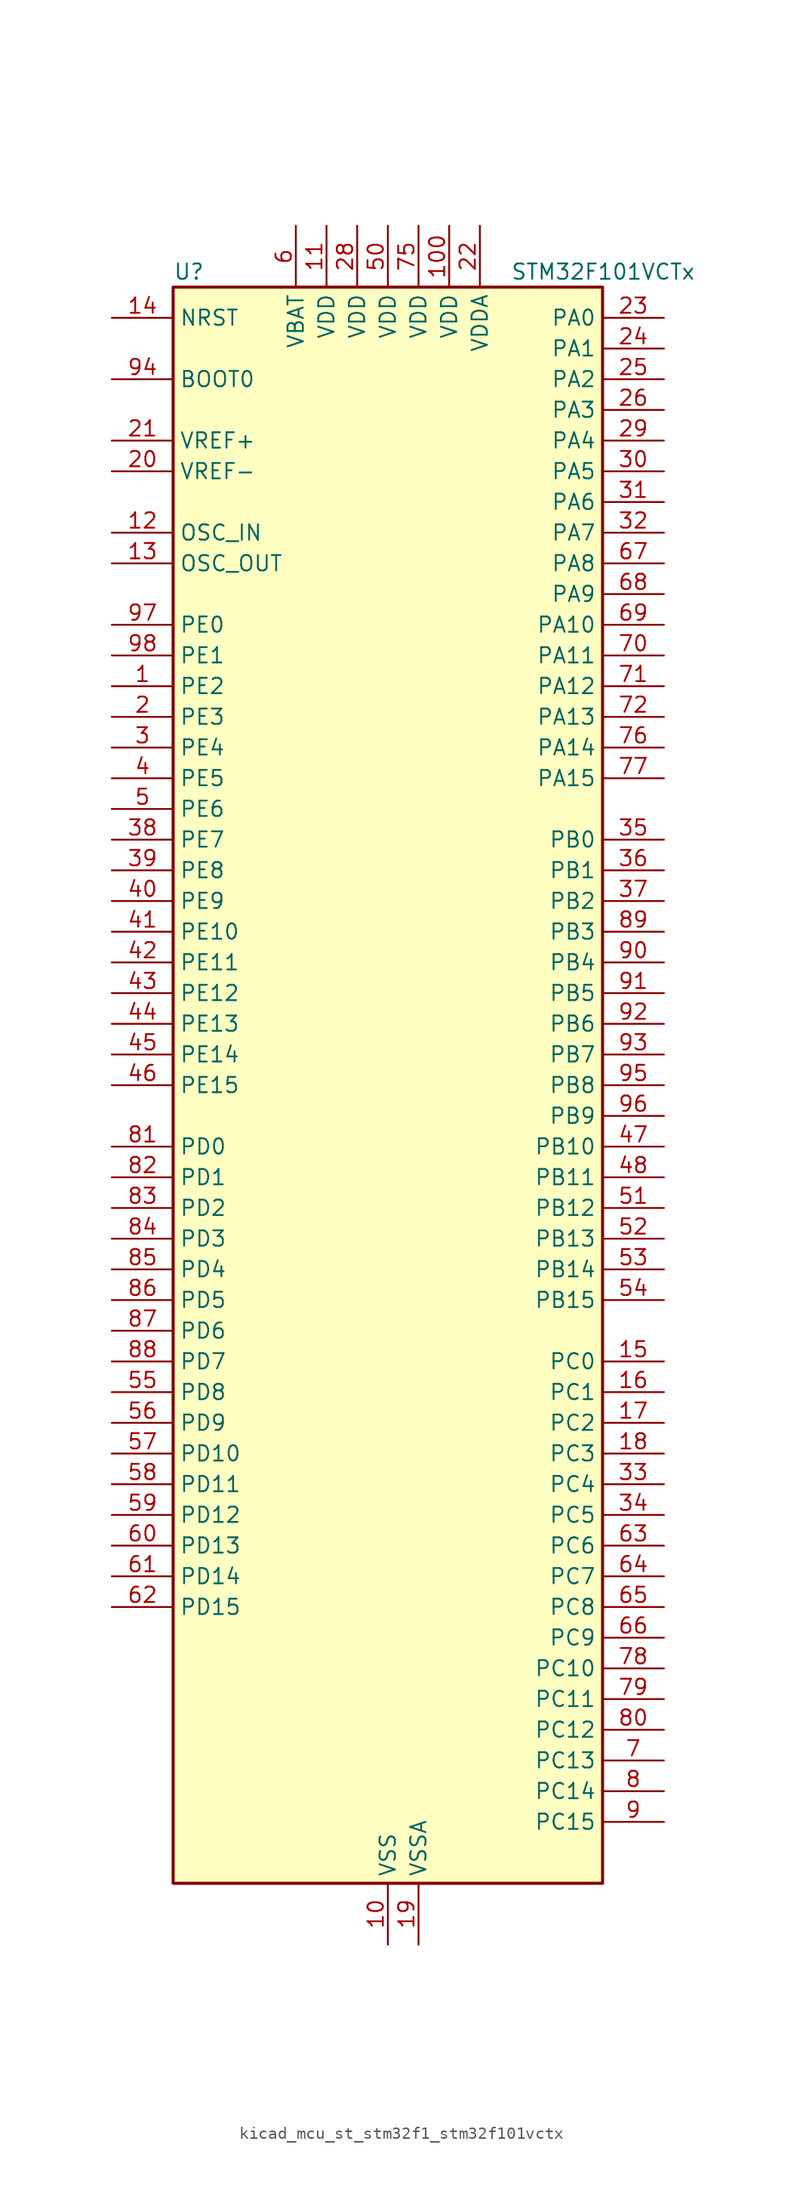
<source format=kicad_sym>
(kicad_symbol_lib
  (version 20220914)
  (generator kicad_symbol_editor)
  (symbol "kicad_mcu_st_stm32f1_stm32f101vctx"
    (property "Reference" "U"
      (at -17.78 67.31 0)
      (effects (font (size 1.27 1.27)) (justify left)))
    (property "Value" "STM32F101VCTx"
      (at 10.16 67.31 0)
      (effects (font (size 1.27 1.27)) (justify left)))
    (property "ki_locked" ""
      (at 0 0 0)
      (effects (font (size 1.27 1.27))))
    (symbol "kicad_mcu_st_stm32f1_stm32f101vctx_0_1"
      (rectangle (start -17.78 -66.04) (end 17.78 66.04) (stroke (width 0.254) (type default)) (fill (type background))))
    (symbol "kicad_mcu_st_stm32f1_stm32f101vctx_1_1"
      (pin bidirectional line (at -22.86 33.02 0) (length 5.08) (name "PE2" (effects (font (size 1.27 1.27)))) (number "1" (effects (font (size 1.27 1.27)))) (alternate "FSMC_A23" bidirectional line) (alternate "SYS_TRACECLK" bidirectional line))
      (pin power_in line (at 0 -71.12 90) (length 5.08) (name "VSS" (effects (font (size 1.27 1.27)))) (number "10" (effects (font (size 1.27 1.27)))))
      (pin power_in line (at 5.08 71.12 270) (length 5.08) (name "VDD" (effects (font (size 1.27 1.27)))) (number "100" (effects (font (size 1.27 1.27)))))
      (pin power_in line (at -5.08 71.12 270) (length 5.08) (name "VDD" (effects (font (size 1.27 1.27)))) (number "11" (effects (font (size 1.27 1.27)))))
      (pin input line (at -22.86 45.72 0) (length 5.08) (name "OSC_IN" (effects (font (size 1.27 1.27)))) (number "12" (effects (font (size 1.27 1.27)))) (alternate "RCC_OSC_IN" bidirectional line))
      (pin input line (at -22.86 43.18 0) (length 5.08) (name "OSC_OUT" (effects (font (size 1.27 1.27)))) (number "13" (effects (font (size 1.27 1.27)))) (alternate "RCC_OSC_OUT" bidirectional line))
      (pin input line (at -22.86 63.5 0) (length 5.08) (name "NRST" (effects (font (size 1.27 1.27)))) (number "14" (effects (font (size 1.27 1.27)))))
      (pin bidirectional line (at 22.86 -22.86 180) (length 5.08) (name "PC0" (effects (font (size 1.27 1.27)))) (number "15" (effects (font (size 1.27 1.27)))) (alternate "ADC1_IN10" bidirectional line))
      (pin bidirectional line (at 22.86 -25.4 180) (length 5.08) (name "PC1" (effects (font (size 1.27 1.27)))) (number "16" (effects (font (size 1.27 1.27)))) (alternate "ADC1_IN11" bidirectional line))
      (pin bidirectional line (at 22.86 -27.94 180) (length 5.08) (name "PC2" (effects (font (size 1.27 1.27)))) (number "17" (effects (font (size 1.27 1.27)))) (alternate "ADC1_IN12" bidirectional line))
      (pin bidirectional line (at 22.86 -30.48 180) (length 5.08) (name "PC3" (effects (font (size 1.27 1.27)))) (number "18" (effects (font (size 1.27 1.27)))) (alternate "ADC1_IN13" bidirectional line))
      (pin power_in line (at 2.54 -71.12 90) (length 5.08) (name "VSSA" (effects (font (size 1.27 1.27)))) (number "19" (effects (font (size 1.27 1.27)))))
      (pin bidirectional line (at -22.86 30.48 0) (length 5.08) (name "PE3" (effects (font (size 1.27 1.27)))) (number "2" (effects (font (size 1.27 1.27)))) (alternate "FSMC_A19" bidirectional line) (alternate "SYS_TRACED0" bidirectional line))
      (pin input line (at -22.86 50.8 0) (length 5.08) (name "VREF-" (effects (font (size 1.27 1.27)))) (number "20" (effects (font (size 1.27 1.27)))))
      (pin input line (at -22.86 53.34 0) (length 5.08) (name "VREF+" (effects (font (size 1.27 1.27)))) (number "21" (effects (font (size 1.27 1.27)))))
      (pin power_in line (at 7.62 71.12 270) (length 5.08) (name "VDDA" (effects (font (size 1.27 1.27)))) (number "22" (effects (font (size 1.27 1.27)))))
      (pin bidirectional line (at 22.86 63.5 180) (length 5.08) (name "PA0" (effects (font (size 1.27 1.27)))) (number "23" (effects (font (size 1.27 1.27)))) (alternate "ADC1_IN0" bidirectional line) (alternate "SYS_WKUP" bidirectional line) (alternate "TIM2_CH1" bidirectional line) (alternate "TIM2_ETR" bidirectional line) (alternate "TIM5_CH1" bidirectional line) (alternate "USART2_CTS" bidirectional line))
      (pin bidirectional line (at 22.86 60.96 180) (length 5.08) (name "PA1" (effects (font (size 1.27 1.27)))) (number "24" (effects (font (size 1.27 1.27)))) (alternate "ADC1_IN1" bidirectional line) (alternate "TIM2_CH2" bidirectional line) (alternate "TIM5_CH2" bidirectional line) (alternate "USART2_RTS" bidirectional line))
      (pin bidirectional line (at 22.86 58.42 180) (length 5.08) (name "PA2" (effects (font (size 1.27 1.27)))) (number "25" (effects (font (size 1.27 1.27)))) (alternate "ADC1_IN2" bidirectional line) (alternate "TIM2_CH3" bidirectional line) (alternate "TIM5_CH3" bidirectional line) (alternate "USART2_TX" bidirectional line))
      (pin bidirectional line (at 22.86 55.88 180) (length 5.08) (name "PA3" (effects (font (size 1.27 1.27)))) (number "26" (effects (font (size 1.27 1.27)))) (alternate "ADC1_IN3" bidirectional line) (alternate "TIM2_CH4" bidirectional line) (alternate "TIM5_CH4" bidirectional line) (alternate "USART2_RX" bidirectional line))
      (pin passive line (at 0 -71.12 90) (length 5.08) hide (name "VSS" (effects (font (size 1.27 1.27)))) (number "27" (effects (font (size 1.27 1.27)))))
      (pin power_in line (at -2.54 71.12 270) (length 5.08) (name "VDD" (effects (font (size 1.27 1.27)))) (number "28" (effects (font (size 1.27 1.27)))))
      (pin bidirectional line (at 22.86 53.34 180) (length 5.08) (name "PA4" (effects (font (size 1.27 1.27)))) (number "29" (effects (font (size 1.27 1.27)))) (alternate "ADC1_IN4" bidirectional line) (alternate "DAC_OUT1" bidirectional line) (alternate "SPI1_NSS" bidirectional line) (alternate "USART2_CK" bidirectional line))
      (pin bidirectional line (at -22.86 27.94 0) (length 5.08) (name "PE4" (effects (font (size 1.27 1.27)))) (number "3" (effects (font (size 1.27 1.27)))) (alternate "FSMC_A20" bidirectional line) (alternate "SYS_TRACED1" bidirectional line))
      (pin bidirectional line (at 22.86 50.8 180) (length 5.08) (name "PA5" (effects (font (size 1.27 1.27)))) (number "30" (effects (font (size 1.27 1.27)))) (alternate "ADC1_IN5" bidirectional line) (alternate "DAC_OUT2" bidirectional line) (alternate "SPI1_SCK" bidirectional line))
      (pin bidirectional line (at 22.86 48.26 180) (length 5.08) (name "PA6" (effects (font (size 1.27 1.27)))) (number "31" (effects (font (size 1.27 1.27)))) (alternate "ADC1_IN6" bidirectional line) (alternate "SPI1_MISO" bidirectional line) (alternate "TIM3_CH1" bidirectional line))
      (pin bidirectional line (at 22.86 45.72 180) (length 5.08) (name "PA7" (effects (font (size 1.27 1.27)))) (number "32" (effects (font (size 1.27 1.27)))) (alternate "ADC1_IN7" bidirectional line) (alternate "SPI1_MOSI" bidirectional line) (alternate "TIM3_CH2" bidirectional line))
      (pin bidirectional line (at 22.86 -33.02 180) (length 5.08) (name "PC4" (effects (font (size 1.27 1.27)))) (number "33" (effects (font (size 1.27 1.27)))) (alternate "ADC1_IN14" bidirectional line))
      (pin bidirectional line (at 22.86 -35.56 180) (length 5.08) (name "PC5" (effects (font (size 1.27 1.27)))) (number "34" (effects (font (size 1.27 1.27)))) (alternate "ADC1_IN15" bidirectional line))
      (pin bidirectional line (at 22.86 20.32 180) (length 5.08) (name "PB0" (effects (font (size 1.27 1.27)))) (number "35" (effects (font (size 1.27 1.27)))) (alternate "ADC1_IN8" bidirectional line) (alternate "TIM3_CH3" bidirectional line))
      (pin bidirectional line (at 22.86 17.78 180) (length 5.08) (name "PB1" (effects (font (size 1.27 1.27)))) (number "36" (effects (font (size 1.27 1.27)))) (alternate "ADC1_IN9" bidirectional line) (alternate "TIM3_CH4" bidirectional line))
      (pin bidirectional line (at 22.86 15.24 180) (length 5.08) (name "PB2" (effects (font (size 1.27 1.27)))) (number "37" (effects (font (size 1.27 1.27)))))
      (pin bidirectional line (at -22.86 20.32 0) (length 5.08) (name "PE7" (effects (font (size 1.27 1.27)))) (number "38" (effects (font (size 1.27 1.27)))) (alternate "FSMC_D4" bidirectional line) (alternate "FSMC_DA4" bidirectional line))
      (pin bidirectional line (at -22.86 17.78 0) (length 5.08) (name "PE8" (effects (font (size 1.27 1.27)))) (number "39" (effects (font (size 1.27 1.27)))) (alternate "FSMC_D5" bidirectional line) (alternate "FSMC_DA5" bidirectional line))
      (pin bidirectional line (at -22.86 25.4 0) (length 5.08) (name "PE5" (effects (font (size 1.27 1.27)))) (number "4" (effects (font (size 1.27 1.27)))) (alternate "FSMC_A21" bidirectional line) (alternate "SYS_TRACED2" bidirectional line))
      (pin bidirectional line (at -22.86 15.24 0) (length 5.08) (name "PE9" (effects (font (size 1.27 1.27)))) (number "40" (effects (font (size 1.27 1.27)))) (alternate "DAC_EXTI9" bidirectional line) (alternate "FSMC_D6" bidirectional line) (alternate "FSMC_DA6" bidirectional line))
      (pin bidirectional line (at -22.86 12.7 0) (length 5.08) (name "PE10" (effects (font (size 1.27 1.27)))) (number "41" (effects (font (size 1.27 1.27)))) (alternate "FSMC_D7" bidirectional line) (alternate "FSMC_DA7" bidirectional line))
      (pin bidirectional line (at -22.86 10.16 0) (length 5.08) (name "PE11" (effects (font (size 1.27 1.27)))) (number "42" (effects (font (size 1.27 1.27)))) (alternate "ADC1_EXTI11" bidirectional line) (alternate "FSMC_D8" bidirectional line) (alternate "FSMC_DA8" bidirectional line))
      (pin bidirectional line (at -22.86 7.62 0) (length 5.08) (name "PE12" (effects (font (size 1.27 1.27)))) (number "43" (effects (font (size 1.27 1.27)))) (alternate "FSMC_D9" bidirectional line) (alternate "FSMC_DA9" bidirectional line))
      (pin bidirectional line (at -22.86 5.08 0) (length 5.08) (name "PE13" (effects (font (size 1.27 1.27)))) (number "44" (effects (font (size 1.27 1.27)))) (alternate "FSMC_D10" bidirectional line) (alternate "FSMC_DA10" bidirectional line))
      (pin bidirectional line (at -22.86 2.54 0) (length 5.08) (name "PE14" (effects (font (size 1.27 1.27)))) (number "45" (effects (font (size 1.27 1.27)))) (alternate "FSMC_D11" bidirectional line) (alternate "FSMC_DA11" bidirectional line))
      (pin bidirectional line (at -22.86 0 0) (length 5.08) (name "PE15" (effects (font (size 1.27 1.27)))) (number "46" (effects (font (size 1.27 1.27)))) (alternate "ADC1_EXTI15" bidirectional line) (alternate "FSMC_D12" bidirectional line) (alternate "FSMC_DA12" bidirectional line))
      (pin bidirectional line (at 22.86 -5.08 180) (length 5.08) (name "PB10" (effects (font (size 1.27 1.27)))) (number "47" (effects (font (size 1.27 1.27)))) (alternate "I2C2_SCL" bidirectional line) (alternate "TIM2_CH3" bidirectional line) (alternate "USART3_TX" bidirectional line))
      (pin bidirectional line (at 22.86 -7.62 180) (length 5.08) (name "PB11" (effects (font (size 1.27 1.27)))) (number "48" (effects (font (size 1.27 1.27)))) (alternate "ADC1_EXTI11" bidirectional line) (alternate "I2C2_SDA" bidirectional line) (alternate "TIM2_CH4" bidirectional line) (alternate "USART3_RX" bidirectional line))
      (pin passive line (at 0 -71.12 90) (length 5.08) hide (name "VSS" (effects (font (size 1.27 1.27)))) (number "49" (effects (font (size 1.27 1.27)))))
      (pin bidirectional line (at -22.86 22.86 0) (length 5.08) (name "PE6" (effects (font (size 1.27 1.27)))) (number "5" (effects (font (size 1.27 1.27)))) (alternate "FSMC_A22" bidirectional line) (alternate "SYS_TRACED3" bidirectional line))
      (pin power_in line (at 0 71.12 270) (length 5.08) (name "VDD" (effects (font (size 1.27 1.27)))) (number "50" (effects (font (size 1.27 1.27)))))
      (pin bidirectional line (at 22.86 -10.16 180) (length 5.08) (name "PB12" (effects (font (size 1.27 1.27)))) (number "51" (effects (font (size 1.27 1.27)))) (alternate "I2C2_SMBA" bidirectional line) (alternate "SPI2_NSS" bidirectional line) (alternate "USART3_CK" bidirectional line))
      (pin bidirectional line (at 22.86 -12.7 180) (length 5.08) (name "PB13" (effects (font (size 1.27 1.27)))) (number "52" (effects (font (size 1.27 1.27)))) (alternate "SPI2_SCK" bidirectional line) (alternate "USART3_CTS" bidirectional line))
      (pin bidirectional line (at 22.86 -15.24 180) (length 5.08) (name "PB14" (effects (font (size 1.27 1.27)))) (number "53" (effects (font (size 1.27 1.27)))) (alternate "SPI2_MISO" bidirectional line) (alternate "USART3_RTS" bidirectional line))
      (pin bidirectional line (at 22.86 -17.78 180) (length 5.08) (name "PB15" (effects (font (size 1.27 1.27)))) (number "54" (effects (font (size 1.27 1.27)))) (alternate "ADC1_EXTI15" bidirectional line) (alternate "SPI2_MOSI" bidirectional line))
      (pin bidirectional line (at -22.86 -25.4 0) (length 5.08) (name "PD8" (effects (font (size 1.27 1.27)))) (number "55" (effects (font (size 1.27 1.27)))) (alternate "FSMC_D13" bidirectional line) (alternate "FSMC_DA13" bidirectional line) (alternate "USART3_TX" bidirectional line))
      (pin bidirectional line (at -22.86 -27.94 0) (length 5.08) (name "PD9" (effects (font (size 1.27 1.27)))) (number "56" (effects (font (size 1.27 1.27)))) (alternate "DAC_EXTI9" bidirectional line) (alternate "FSMC_D14" bidirectional line) (alternate "FSMC_DA14" bidirectional line) (alternate "USART3_RX" bidirectional line))
      (pin bidirectional line (at -22.86 -30.48 0) (length 5.08) (name "PD10" (effects (font (size 1.27 1.27)))) (number "57" (effects (font (size 1.27 1.27)))) (alternate "FSMC_D15" bidirectional line) (alternate "FSMC_DA15" bidirectional line) (alternate "USART3_CK" bidirectional line))
      (pin bidirectional line (at -22.86 -33.02 0) (length 5.08) (name "PD11" (effects (font (size 1.27 1.27)))) (number "58" (effects (font (size 1.27 1.27)))) (alternate "ADC1_EXTI11" bidirectional line) (alternate "FSMC_A16" bidirectional line) (alternate "FSMC_CLE" bidirectional line) (alternate "USART3_CTS" bidirectional line))
      (pin bidirectional line (at -22.86 -35.56 0) (length 5.08) (name "PD12" (effects (font (size 1.27 1.27)))) (number "59" (effects (font (size 1.27 1.27)))) (alternate "FSMC_A17" bidirectional line) (alternate "FSMC_ALE" bidirectional line) (alternate "TIM4_CH1" bidirectional line) (alternate "USART3_RTS" bidirectional line))
      (pin power_in line (at -7.62 71.12 270) (length 5.08) (name "VBAT" (effects (font (size 1.27 1.27)))) (number "6" (effects (font (size 1.27 1.27)))))
      (pin bidirectional line (at -22.86 -38.1 0) (length 5.08) (name "PD13" (effects (font (size 1.27 1.27)))) (number "60" (effects (font (size 1.27 1.27)))) (alternate "FSMC_A18" bidirectional line) (alternate "TIM4_CH2" bidirectional line))
      (pin bidirectional line (at -22.86 -40.64 0) (length 5.08) (name "PD14" (effects (font (size 1.27 1.27)))) (number "61" (effects (font (size 1.27 1.27)))) (alternate "FSMC_D0" bidirectional line) (alternate "FSMC_DA0" bidirectional line) (alternate "TIM4_CH3" bidirectional line))
      (pin bidirectional line (at -22.86 -43.18 0) (length 5.08) (name "PD15" (effects (font (size 1.27 1.27)))) (number "62" (effects (font (size 1.27 1.27)))) (alternate "ADC1_EXTI15" bidirectional line) (alternate "FSMC_D1" bidirectional line) (alternate "FSMC_DA1" bidirectional line) (alternate "TIM4_CH4" bidirectional line))
      (pin bidirectional line (at 22.86 -38.1 180) (length 5.08) (name "PC6" (effects (font (size 1.27 1.27)))) (number "63" (effects (font (size 1.27 1.27)))) (alternate "TIM3_CH1" bidirectional line))
      (pin bidirectional line (at 22.86 -40.64 180) (length 5.08) (name "PC7" (effects (font (size 1.27 1.27)))) (number "64" (effects (font (size 1.27 1.27)))) (alternate "TIM3_CH2" bidirectional line))
      (pin bidirectional line (at 22.86 -43.18 180) (length 5.08) (name "PC8" (effects (font (size 1.27 1.27)))) (number "65" (effects (font (size 1.27 1.27)))) (alternate "TIM3_CH3" bidirectional line))
      (pin bidirectional line (at 22.86 -45.72 180) (length 5.08) (name "PC9" (effects (font (size 1.27 1.27)))) (number "66" (effects (font (size 1.27 1.27)))) (alternate "DAC_EXTI9" bidirectional line) (alternate "TIM3_CH4" bidirectional line))
      (pin bidirectional line (at 22.86 43.18 180) (length 5.08) (name "PA8" (effects (font (size 1.27 1.27)))) (number "67" (effects (font (size 1.27 1.27)))) (alternate "RCC_MCO" bidirectional line) (alternate "USART1_CK" bidirectional line))
      (pin bidirectional line (at 22.86 40.64 180) (length 5.08) (name "PA9" (effects (font (size 1.27 1.27)))) (number "68" (effects (font (size 1.27 1.27)))) (alternate "DAC_EXTI9" bidirectional line) (alternate "USART1_TX" bidirectional line))
      (pin bidirectional line (at 22.86 38.1 180) (length 5.08) (name "PA10" (effects (font (size 1.27 1.27)))) (number "69" (effects (font (size 1.27 1.27)))) (alternate "USART1_RX" bidirectional line))
      (pin bidirectional line (at 22.86 -55.88 180) (length 5.08) (name "PC13" (effects (font (size 1.27 1.27)))) (number "7" (effects (font (size 1.27 1.27)))) (alternate "RTC_OUT" bidirectional line) (alternate "RTC_TAMPER" bidirectional line))
      (pin bidirectional line (at 22.86 35.56 180) (length 5.08) (name "PA11" (effects (font (size 1.27 1.27)))) (number "70" (effects (font (size 1.27 1.27)))) (alternate "ADC1_EXTI11" bidirectional line) (alternate "USART1_CTS" bidirectional line))
      (pin bidirectional line (at 22.86 33.02 180) (length 5.08) (name "PA12" (effects (font (size 1.27 1.27)))) (number "71" (effects (font (size 1.27 1.27)))) (alternate "USART1_RTS" bidirectional line))
      (pin bidirectional line (at 22.86 30.48 180) (length 5.08) (name "PA13" (effects (font (size 1.27 1.27)))) (number "72" (effects (font (size 1.27 1.27)))) (alternate "SYS_JTMS-SWDIO" bidirectional line))
      (pin no_connect line (at -17.78 -66.04 0) (length 5.08) hide (name "NC" (effects (font (size 1.27 1.27)))) (number "73" (effects (font (size 1.27 1.27)))))
      (pin passive line (at 0 -71.12 90) (length 5.08) hide (name "VSS" (effects (font (size 1.27 1.27)))) (number "74" (effects (font (size 1.27 1.27)))))
      (pin power_in line (at 2.54 71.12 270) (length 5.08) (name "VDD" (effects (font (size 1.27 1.27)))) (number "75" (effects (font (size 1.27 1.27)))))
      (pin bidirectional line (at 22.86 27.94 180) (length 5.08) (name "PA14" (effects (font (size 1.27 1.27)))) (number "76" (effects (font (size 1.27 1.27)))) (alternate "SYS_JTCK-SWCLK" bidirectional line))
      (pin bidirectional line (at 22.86 25.4 180) (length 5.08) (name "PA15" (effects (font (size 1.27 1.27)))) (number "77" (effects (font (size 1.27 1.27)))) (alternate "ADC1_EXTI15" bidirectional line) (alternate "SPI1_NSS" bidirectional line) (alternate "SPI3_NSS" bidirectional line) (alternate "SYS_JTDI" bidirectional line) (alternate "TIM2_CH1" bidirectional line) (alternate "TIM2_ETR" bidirectional line))
      (pin bidirectional line (at 22.86 -48.26 180) (length 5.08) (name "PC10" (effects (font (size 1.27 1.27)))) (number "78" (effects (font (size 1.27 1.27)))) (alternate "UART4_TX" bidirectional line) (alternate "USART3_TX" bidirectional line))
      (pin bidirectional line (at 22.86 -50.8 180) (length 5.08) (name "PC11" (effects (font (size 1.27 1.27)))) (number "79" (effects (font (size 1.27 1.27)))) (alternate "ADC1_EXTI11" bidirectional line) (alternate "UART4_RX" bidirectional line) (alternate "USART3_RX" bidirectional line))
      (pin bidirectional line (at 22.86 -58.42 180) (length 5.08) (name "PC14" (effects (font (size 1.27 1.27)))) (number "8" (effects (font (size 1.27 1.27)))) (alternate "RCC_OSC32_IN" bidirectional line))
      (pin bidirectional line (at 22.86 -53.34 180) (length 5.08) (name "PC12" (effects (font (size 1.27 1.27)))) (number "80" (effects (font (size 1.27 1.27)))) (alternate "UART5_TX" bidirectional line) (alternate "USART3_CK" bidirectional line))
      (pin bidirectional line (at -22.86 -5.08 0) (length 5.08) (name "PD0" (effects (font (size 1.27 1.27)))) (number "81" (effects (font (size 1.27 1.27)))) (alternate "FSMC_D2" bidirectional line) (alternate "FSMC_DA2" bidirectional line))
      (pin bidirectional line (at -22.86 -7.62 0) (length 5.08) (name "PD1" (effects (font (size 1.27 1.27)))) (number "82" (effects (font (size 1.27 1.27)))) (alternate "FSMC_D3" bidirectional line) (alternate "FSMC_DA3" bidirectional line))
      (pin bidirectional line (at -22.86 -10.16 0) (length 5.08) (name "PD2" (effects (font (size 1.27 1.27)))) (number "83" (effects (font (size 1.27 1.27)))) (alternate "TIM3_ETR" bidirectional line) (alternate "UART5_RX" bidirectional line))
      (pin bidirectional line (at -22.86 -12.7 0) (length 5.08) (name "PD3" (effects (font (size 1.27 1.27)))) (number "84" (effects (font (size 1.27 1.27)))) (alternate "FSMC_CLK" bidirectional line) (alternate "USART2_CTS" bidirectional line))
      (pin bidirectional line (at -22.86 -15.24 0) (length 5.08) (name "PD4" (effects (font (size 1.27 1.27)))) (number "85" (effects (font (size 1.27 1.27)))) (alternate "FSMC_NOE" bidirectional line) (alternate "USART2_RTS" bidirectional line))
      (pin bidirectional line (at -22.86 -17.78 0) (length 5.08) (name "PD5" (effects (font (size 1.27 1.27)))) (number "86" (effects (font (size 1.27 1.27)))) (alternate "FSMC_NWE" bidirectional line) (alternate "USART2_TX" bidirectional line))
      (pin bidirectional line (at -22.86 -20.32 0) (length 5.08) (name "PD6" (effects (font (size 1.27 1.27)))) (number "87" (effects (font (size 1.27 1.27)))) (alternate "FSMC_NWAIT" bidirectional line) (alternate "USART2_RX" bidirectional line))
      (pin bidirectional line (at -22.86 -22.86 0) (length 5.08) (name "PD7" (effects (font (size 1.27 1.27)))) (number "88" (effects (font (size 1.27 1.27)))) (alternate "FSMC_NCE2" bidirectional line) (alternate "FSMC_NE1" bidirectional line) (alternate "USART2_CK" bidirectional line))
      (pin bidirectional line (at 22.86 12.7 180) (length 5.08) (name "PB3" (effects (font (size 1.27 1.27)))) (number "89" (effects (font (size 1.27 1.27)))) (alternate "SPI1_SCK" bidirectional line) (alternate "SPI3_SCK" bidirectional line) (alternate "SYS_JTDO-TRACESWO" bidirectional line) (alternate "TIM2_CH2" bidirectional line))
      (pin bidirectional line (at 22.86 -60.96 180) (length 5.08) (name "PC15" (effects (font (size 1.27 1.27)))) (number "9" (effects (font (size 1.27 1.27)))) (alternate "ADC1_EXTI15" bidirectional line) (alternate "RCC_OSC32_OUT" bidirectional line))
      (pin bidirectional line (at 22.86 10.16 180) (length 5.08) (name "PB4" (effects (font (size 1.27 1.27)))) (number "90" (effects (font (size 1.27 1.27)))) (alternate "SPI1_MISO" bidirectional line) (alternate "SPI3_MISO" bidirectional line) (alternate "SYS_NJTRST" bidirectional line) (alternate "TIM3_CH1" bidirectional line))
      (pin bidirectional line (at 22.86 7.62 180) (length 5.08) (name "PB5" (effects (font (size 1.27 1.27)))) (number "91" (effects (font (size 1.27 1.27)))) (alternate "I2C1_SMBA" bidirectional line) (alternate "SPI1_MOSI" bidirectional line) (alternate "SPI3_MOSI" bidirectional line) (alternate "TIM3_CH2" bidirectional line))
      (pin bidirectional line (at 22.86 5.08 180) (length 5.08) (name "PB6" (effects (font (size 1.27 1.27)))) (number "92" (effects (font (size 1.27 1.27)))) (alternate "I2C1_SCL" bidirectional line) (alternate "TIM4_CH1" bidirectional line) (alternate "USART1_TX" bidirectional line))
      (pin bidirectional line (at 22.86 2.54 180) (length 5.08) (name "PB7" (effects (font (size 1.27 1.27)))) (number "93" (effects (font (size 1.27 1.27)))) (alternate "FSMC_NL" bidirectional line) (alternate "I2C1_SDA" bidirectional line) (alternate "TIM4_CH2" bidirectional line) (alternate "USART1_RX" bidirectional line))
      (pin input line (at -22.86 58.42 0) (length 5.08) (name "BOOT0" (effects (font (size 1.27 1.27)))) (number "94" (effects (font (size 1.27 1.27)))))
      (pin bidirectional line (at 22.86 0 180) (length 5.08) (name "PB8" (effects (font (size 1.27 1.27)))) (number "95" (effects (font (size 1.27 1.27)))) (alternate "I2C1_SCL" bidirectional line) (alternate "TIM4_CH3" bidirectional line))
      (pin bidirectional line (at 22.86 -2.54 180) (length 5.08) (name "PB9" (effects (font (size 1.27 1.27)))) (number "96" (effects (font (size 1.27 1.27)))) (alternate "DAC_EXTI9" bidirectional line) (alternate "I2C1_SDA" bidirectional line) (alternate "TIM4_CH4" bidirectional line))
      (pin bidirectional line (at -22.86 38.1 0) (length 5.08) (name "PE0" (effects (font (size 1.27 1.27)))) (number "97" (effects (font (size 1.27 1.27)))) (alternate "FSMC_NBL0" bidirectional line) (alternate "TIM4_ETR" bidirectional line))
      (pin bidirectional line (at -22.86 35.56 0) (length 5.08) (name "PE1" (effects (font (size 1.27 1.27)))) (number "98" (effects (font (size 1.27 1.27)))) (alternate "FSMC_NBL1" bidirectional line))
      (pin passive line (at 0 -71.12 90) (length 5.08) hide (name "VSS" (effects (font (size 1.27 1.27)))) (number "99" (effects (font (size 1.27 1.27))))))))
</source>
